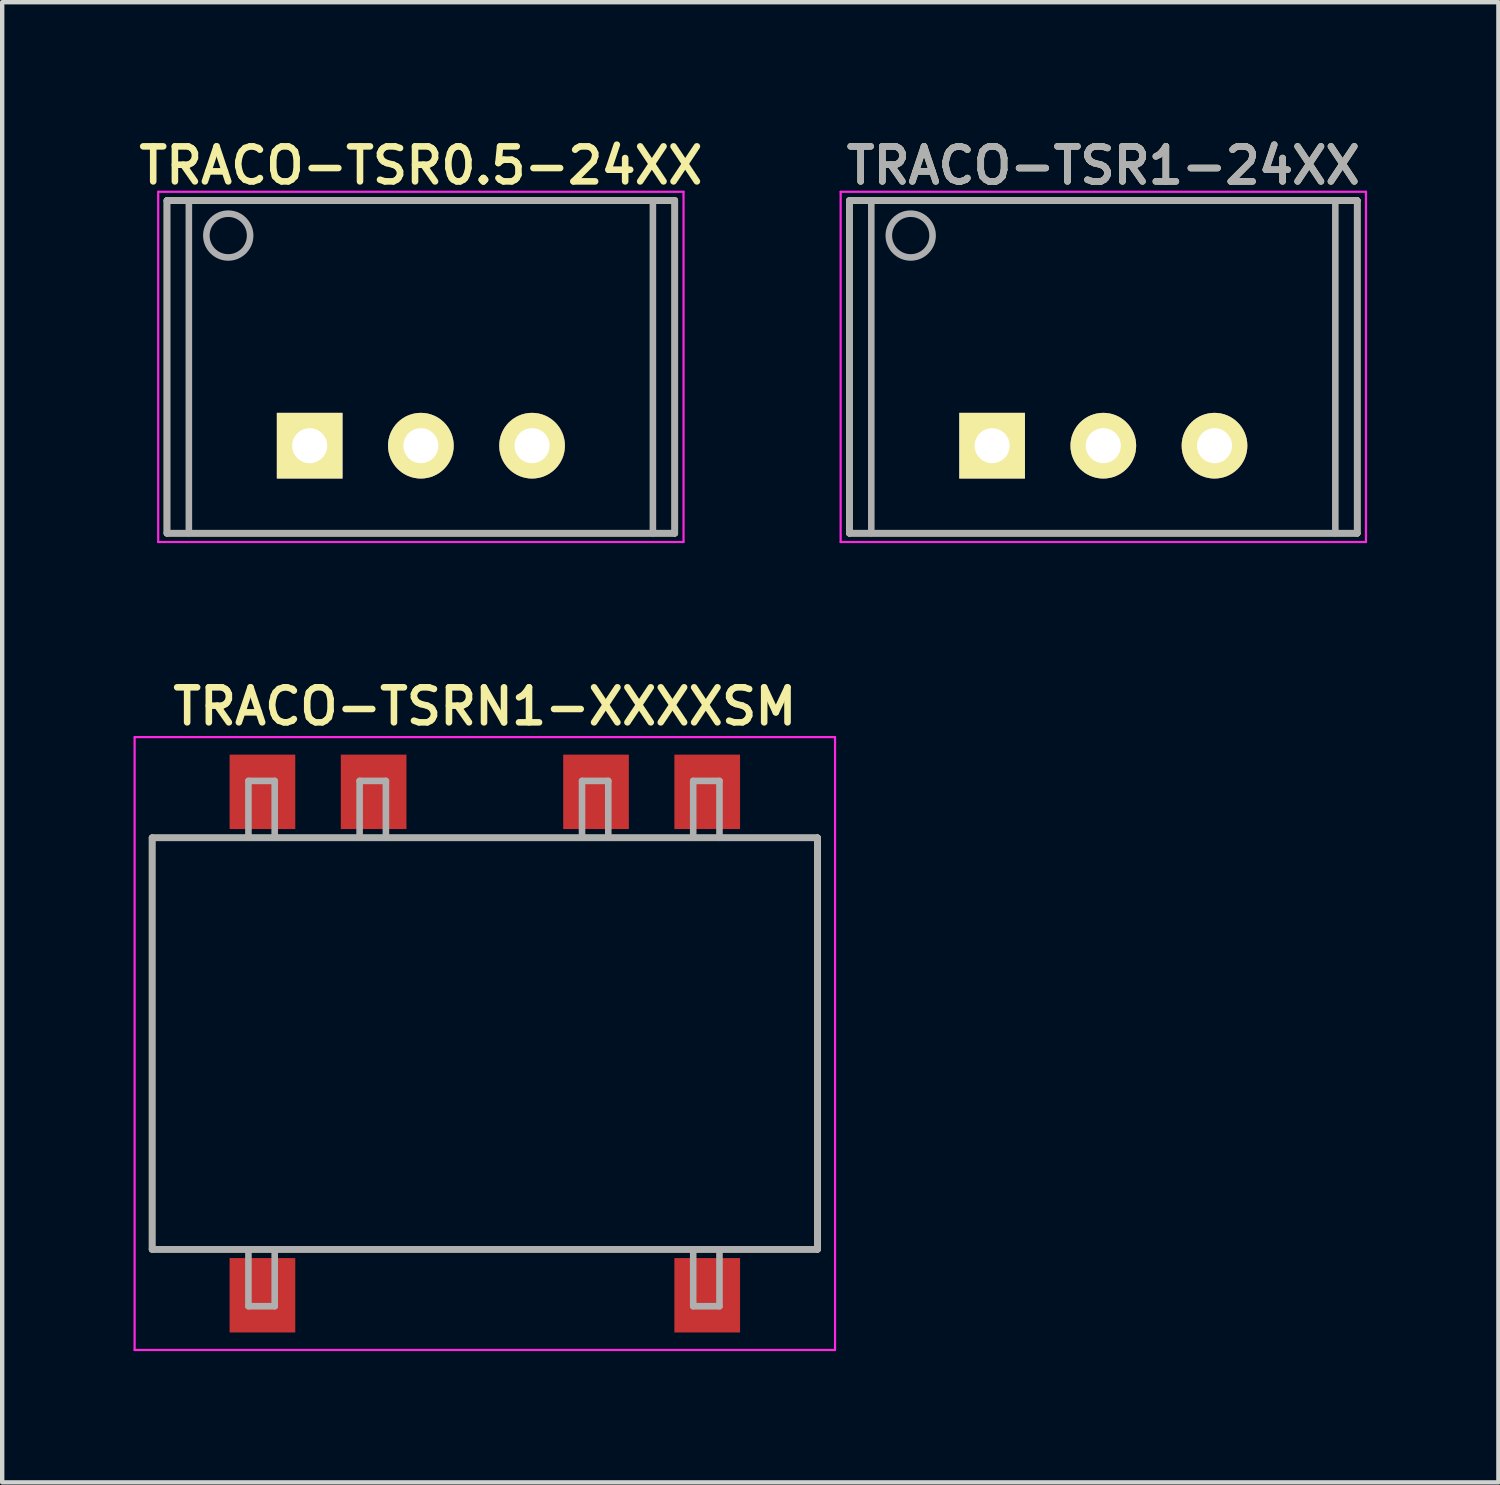
<source format=kicad_pcb>
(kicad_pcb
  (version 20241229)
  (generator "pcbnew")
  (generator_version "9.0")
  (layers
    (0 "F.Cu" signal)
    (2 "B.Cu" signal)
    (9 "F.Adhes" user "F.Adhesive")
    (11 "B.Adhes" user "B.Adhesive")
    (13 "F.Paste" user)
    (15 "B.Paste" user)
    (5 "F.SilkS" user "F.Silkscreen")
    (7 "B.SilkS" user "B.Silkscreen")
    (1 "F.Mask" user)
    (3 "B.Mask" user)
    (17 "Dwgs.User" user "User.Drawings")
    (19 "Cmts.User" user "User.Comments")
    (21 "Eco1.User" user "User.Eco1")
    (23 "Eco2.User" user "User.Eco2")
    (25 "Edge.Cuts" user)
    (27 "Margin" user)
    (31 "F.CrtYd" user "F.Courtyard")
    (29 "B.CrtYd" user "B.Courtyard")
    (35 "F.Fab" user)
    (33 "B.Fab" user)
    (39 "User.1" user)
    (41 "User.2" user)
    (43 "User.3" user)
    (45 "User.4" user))
  (footprint "TRACO-TSR0.5-24XX"
    (layer "F.Cu")
    (at 6.564 5.331)
    (property "Reference" "TRACO-TSR0.5-24XX" (at 0 -4.6 0) (layer "F.SilkS") (effects (font (size 0.8 0.8) (thickness 0.15))))
    (attr through_hole)
    (fp_line (start -5.8 -3.8) (end 5.8 -3.8) (stroke (width 0.15) (type solid)) (layer "F.SilkS"))
    (fp_line (start -5.8 3.8) (end -5.8 -3.8) (stroke (width 0.15) (type solid)) (layer "F.SilkS"))
    (fp_line (start 5.8 -3.8) (end 5.8 3.8) (stroke (width 0.15) (type solid)) (layer "F.SilkS"))
    (fp_line (start 5.8 3.8) (end -5.8 3.8) (stroke (width 0.15) (type solid)) (layer "F.SilkS"))
    (fp_line (start -6 -4) (end -6 4) (stroke (width 0.05) (type solid)) (layer "F.CrtYd"))
    (fp_line (start -6 4) (end 6 4) (stroke (width 0.05) (type solid)) (layer "F.CrtYd"))
    (fp_line (start 6 -4) (end -6 -4) (stroke (width 0.05) (type solid)) (layer "F.CrtYd"))
    (fp_line (start 6 4) (end 6 -4) (stroke (width 0.05) (type solid)) (layer "F.CrtYd"))
    (fp_line (start -5.8 -3.8) (end -5.8 3.8) (stroke (width 0.15) (type solid)) (layer "F.Fab"))
    (fp_line (start -5.8 3.8) (end 5.8 3.8) (stroke (width 0.15) (type solid)) (layer "F.Fab"))
    (fp_line (start -5.3 -3.8) (end -5.3 3.8) (stroke (width 0.15) (type solid)) (layer "F.Fab"))
    (fp_line (start 5.3 -3.8) (end 5.3 3.8) (stroke (width 0.15) (type solid)) (layer "F.Fab"))
    (fp_line (start 5.8 -3.8) (end -5.8 -3.8) (stroke (width 0.15) (type solid)) (layer "F.Fab"))
    (fp_line (start 5.8 3.8) (end 5.8 -3.8) (stroke (width 0.15) (type solid)) (layer "F.Fab"))
    (fp_circle (center -4.4 -3) (end -4 -2.7) (stroke (width 0.15) (type solid)) (fill no) (layer "F.Fab"))
    (pad "1" thru_hole rect (at -2.54 1.8) (size 1.5 1.5) (drill 0.8) (layers "*.Cu" "*.Mask" "F.SilkS"))
    (pad "2" thru_hole circle (at 0 1.8) (size 1.5 1.5) (drill 0.8) (layers "*.Cu" "*.Mask" "F.SilkS"))
    (pad "3" thru_hole circle (at 2.54 1.8) (size 1.5 1.5) (drill 0.8) (layers "*.Cu" "*.Mask" "F.SilkS")))
  (footprint "TRACO-TSR1-24XX"
    (layer "F.Cu")
    (at 22.153 5.331)
    (property "Reference" "TRACO-TSR1-24XX" (at 0 -4.6 0) (layer "F.SilkS") (effects (font (size 0.8 0.8) (thickness 0.15))))
    (attr through_hole)
    (fp_line (start -5.8 -3.8) (end 5.8 -3.8) (stroke (width 0.15) (type solid)) (layer "F.SilkS"))
    (fp_line (start -5.8 3.8) (end -5.8 -3.8) (stroke (width 0.15) (type solid)) (layer "F.SilkS"))
    (fp_line (start 5.8 -3.8) (end 5.8 3.8) (stroke (width 0.15) (type solid)) (layer "F.SilkS"))
    (fp_line (start 5.8 3.8) (end -5.8 3.8) (stroke (width 0.15) (type solid)) (layer "F.SilkS"))
    (fp_line (start -6 -4) (end -6 4) (stroke (width 0.05) (type solid)) (layer "F.CrtYd"))
    (fp_line (start -6 4) (end 6 4) (stroke (width 0.05) (type solid)) (layer "F.CrtYd"))
    (fp_line (start 6 -4) (end -6 -4) (stroke (width 0.05) (type solid)) (layer "F.CrtYd"))
    (fp_line (start 6 4) (end 6 -4) (stroke (width 0.05) (type solid)) (layer "F.CrtYd"))
    (fp_line (start -5.8 -3.8) (end -5.8 3.8) (stroke (width 0.15) (type solid)) (layer "F.Fab"))
    (fp_line (start -5.8 3.8) (end 5.8 3.8) (stroke (width 0.15) (type solid)) (layer "F.Fab"))
    (fp_line (start -5.3 -3.8) (end -5.3 3.8) (stroke (width 0.15) (type solid)) (layer "F.Fab"))
    (fp_line (start 5.3 -3.8) (end 5.3 3.8) (stroke (width 0.15) (type solid)) (layer "F.Fab"))
    (fp_line (start 5.8 -3.8) (end -5.8 -3.8) (stroke (width 0.15) (type solid)) (layer "F.Fab"))
    (fp_line (start 5.8 3.8) (end 5.8 -3.8) (stroke (width 0.15) (type solid)) (layer "F.Fab"))
    (fp_circle (center -4.4 -3) (end -4 -2.7) (stroke (width 0.15) (type solid)) (fill no) (layer "F.Fab"))
    (fp_text user "${REFERENCE}" (at 0 -4.6 0) (layer "F.Fab") (effects (font (size 0.8 0.8) (thickness 0.15))))
    (pad "1" thru_hole rect (at -2.54 1.8) (size 1.5 1.5) (drill 0.8) (layers "*.Cu" "*.Mask" "F.SilkS"))
    (pad "2" thru_hole circle (at 0 1.8) (size 1.5 1.5) (drill 0.8) (layers "*.Cu" "*.Mask" "F.SilkS"))
    (pad "3" thru_hole circle (at 2.54 1.8) (size 1.5 1.5) (drill 0.8) (layers "*.Cu" "*.Mask" "F.SilkS")))
  (footprint "TRACO-TSRN1-XXXXSM"
    (layer "F.Cu")
    (at 8.025 20.788)
    (property "Reference" "TRACO-TSRN1-XXXXSM" (at 0 -7.7 0) (layer "F.SilkS") (effects (font (size 0.8 0.8) (thickness 0.15))))
    (attr through_hole)
    (fp_line (start -7.6 -4.7) (end 7.6 -4.7) (stroke (width 0.15) (type solid)) (layer "F.SilkS"))
    (fp_line (start -7.6 4.7) (end -7.6 -4.7) (stroke (width 0.15) (type solid)) (layer "F.SilkS"))
    (fp_line (start 7.6 -4.7) (end 7.6 4.7) (stroke (width 0.15) (type solid)) (layer "F.SilkS"))
    (fp_line (start 7.6 4.7) (end -7.6 4.7) (stroke (width 0.15) (type solid)) (layer "F.SilkS"))
    (fp_line (start -8 -7) (end 8 -7) (stroke (width 0.05) (type solid)) (layer "F.CrtYd"))
    (fp_line (start -8 7) (end -8 -7) (stroke (width 0.05) (type solid)) (layer "F.CrtYd"))
    (fp_line (start 8 -7) (end 8 7) (stroke (width 0.05) (type solid)) (layer "F.CrtYd"))
    (fp_line (start 8 7) (end -8 7) (stroke (width 0.05) (type solid)) (layer "F.CrtYd"))
    (fp_line (start -7.6 -4.7) (end 7.6 -4.7) (stroke (width 0.15) (type solid)) (layer "F.Fab"))
    (fp_line (start -7.6 4.7) (end -7.6 -4.7) (stroke (width 0.15) (type solid)) (layer "F.Fab"))
    (fp_line (start -5.4 -6) (end -5.4 -4.7) (stroke (width 0.15) (type solid)) (layer "F.Fab"))
    (fp_line (start -5.4 -6) (end -4.8 -6) (stroke (width 0.15) (type solid)) (layer "F.Fab"))
    (fp_line (start -5.4 4.7) (end -5.4 6) (stroke (width 0.15) (type solid)) (layer "F.Fab"))
    (fp_line (start -5.4 6) (end -4.8 6) (stroke (width 0.15) (type solid)) (layer "F.Fab"))
    (fp_line (start -4.8 -4.7) (end -4.8 -6) (stroke (width 0.15) (type solid)) (layer "F.Fab"))
    (fp_line (start -4.8 6) (end -4.8 4.7) (stroke (width 0.15) (type solid)) (layer "F.Fab"))
    (fp_line (start -2.86 -6) (end -2.86 -4.7) (stroke (width 0.15) (type solid)) (layer "F.Fab"))
    (fp_line (start -2.86 -6) (end -2.26 -6) (stroke (width 0.15) (type solid)) (layer "F.Fab"))
    (fp_line (start -2.26 -4.7) (end -2.26 -6) (stroke (width 0.15) (type solid)) (layer "F.Fab"))
    (fp_line (start 2.22 -6) (end 2.22 -4.7) (stroke (width 0.15) (type solid)) (layer "F.Fab"))
    (fp_line (start 2.22 -6) (end 2.82 -6) (stroke (width 0.15) (type solid)) (layer "F.Fab"))
    (fp_line (start 2.82 -4.7) (end 2.82 -6) (stroke (width 0.15) (type solid)) (layer "F.Fab"))
    (fp_line (start 4.76 -6) (end 4.76 -4.7) (stroke (width 0.15) (type solid)) (layer "F.Fab"))
    (fp_line (start 4.76 -6) (end 5.36 -6) (stroke (width 0.15) (type solid)) (layer "F.Fab"))
    (fp_line (start 4.76 4.7) (end 4.76 6) (stroke (width 0.15) (type solid)) (layer "F.Fab"))
    (fp_line (start 4.76 6) (end 5.36 6) (stroke (width 0.15) (type solid)) (layer "F.Fab"))
    (fp_line (start 5.36 -4.7) (end 5.36 -6) (stroke (width 0.15) (type solid)) (layer "F.Fab"))
    (fp_line (start 5.36 6) (end 5.36 4.7) (stroke (width 0.15) (type solid)) (layer "F.Fab"))
    (fp_line (start 7.6 -4.7) (end 7.6 4.7) (stroke (width 0.15) (type solid)) (layer "F.Fab"))
    (fp_line (start 7.6 4.7) (end -7.6 4.7) (stroke (width 0.15) (type solid)) (layer "F.Fab"))
    (pad "1" smd rect (at -5.08 5.75) (size 1.5 1.7) (layers "F.Cu" "F.Mask" "F.Paste"))
    (pad "5" smd rect (at 5.08 5.75) (size 1.5 1.7) (layers "F.Cu" "F.Mask" "F.Paste"))
    (pad "6" smd rect (at 5.08 -5.75) (size 1.5 1.7) (layers "F.Cu" "F.Mask" "F.Paste"))
    (pad "7" smd rect (at 2.54 -5.75) (size 1.5 1.7) (layers "F.Cu" "F.Mask" "F.Paste"))
    (pad "9" smd rect (at -2.54 -5.75) (size 1.5 1.7) (layers "F.Cu" "F.Mask" "F.Paste"))
    (pad "10" smd rect (at -5.08 -5.75) (size 1.5 1.7) (layers "F.Cu" "F.Mask" "F.Paste")))
  (gr_rect
    (start -3 -3)
    (end 31.178 30.812)
    (stroke (width 0.1) (type default))
    (fill no)
    (layer "Edge.Cuts")))
</source>
